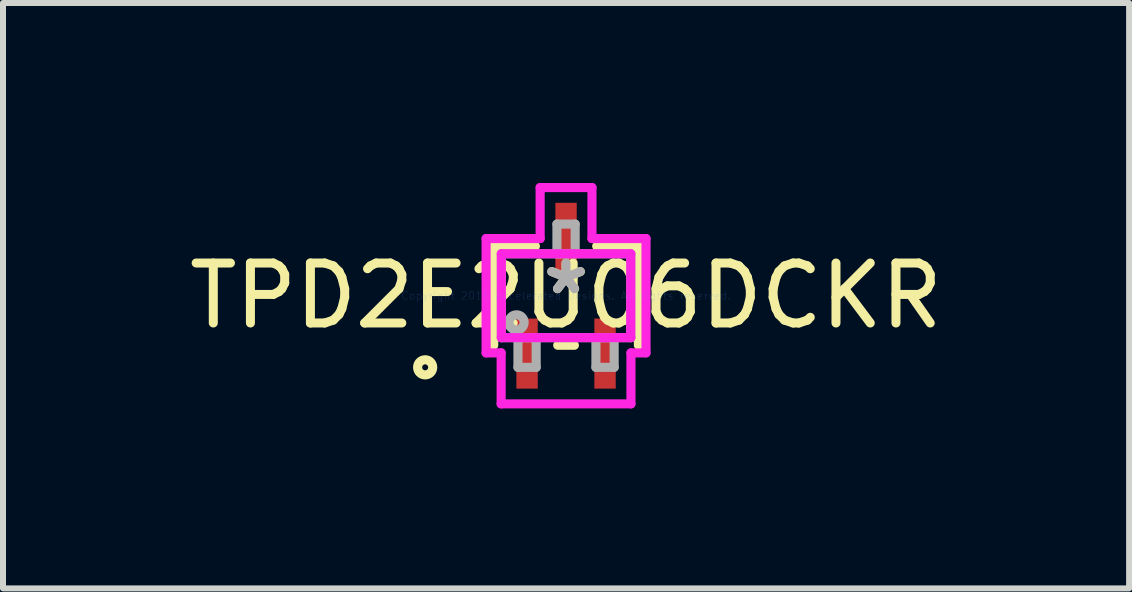
<source format=kicad_pcb>
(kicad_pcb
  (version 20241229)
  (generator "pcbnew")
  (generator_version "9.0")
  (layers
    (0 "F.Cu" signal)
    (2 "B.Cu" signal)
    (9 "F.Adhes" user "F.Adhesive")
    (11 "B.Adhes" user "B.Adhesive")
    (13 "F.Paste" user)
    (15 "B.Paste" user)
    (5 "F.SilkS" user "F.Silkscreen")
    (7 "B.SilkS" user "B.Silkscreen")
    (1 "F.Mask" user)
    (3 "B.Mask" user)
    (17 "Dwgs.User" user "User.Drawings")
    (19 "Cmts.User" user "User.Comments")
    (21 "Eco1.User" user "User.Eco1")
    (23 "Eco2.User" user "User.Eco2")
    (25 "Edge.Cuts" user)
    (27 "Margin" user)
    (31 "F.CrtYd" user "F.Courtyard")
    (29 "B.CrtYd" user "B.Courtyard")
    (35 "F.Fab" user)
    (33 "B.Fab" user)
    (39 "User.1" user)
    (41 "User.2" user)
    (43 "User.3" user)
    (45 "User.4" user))
  (footprint "TPD2E2U06DCKR"
    (layer "F.Cu")
    (at 6.387 1.88)
    (property "Reference" "TPD2E2U06DCKR" (at 0 0 0) (layer "F.SilkS") (effects (font (size 1 1) (thickness 0.15))))
    (attr through_hole)
    (fp_line (start -1.206 -0.826) (end -1.206 0.826) (stroke (width 0.152) (type solid)) (layer "F.SilkS"))
    (fp_line (start -0.511 -0.826) (end -1.206 -0.826) (stroke (width 0.152) (type solid)) (layer "F.SilkS"))
    (fp_line (start -0.139 0.826) (end 0.139 0.826) (stroke (width 0.152) (type solid)) (layer "F.SilkS"))
    (fp_line (start 1.206 -0.826) (end 0.511 -0.826) (stroke (width 0.152) (type solid)) (layer "F.SilkS"))
    (fp_line (start 1.206 0.826) (end 1.206 -0.826) (stroke (width 0.152) (type solid)) (layer "F.SilkS"))
    (fp_circle (center -2.349 1.194) (end -2.223 1.194) (stroke (width 0.152) (type solid)) (fill no) (layer "F.SilkS"))
    (fp_line (start -1.333 -0.953) (end -0.432 -0.953) (stroke (width 0.152) (type solid)) (layer "F.CrtYd"))
    (fp_line (start -1.333 0.953) (end -1.333 -0.953) (stroke (width 0.152) (type solid)) (layer "F.CrtYd"))
    (fp_line (start -1.082 0.953) (end -1.333 0.953) (stroke (width 0.152) (type solid)) (layer "F.CrtYd"))
    (fp_line (start -1.082 1.803) (end -1.082 0.953) (stroke (width 0.152) (type solid)) (layer "F.CrtYd"))
    (fp_line (start -1.079 -0.699) (end 1.079 -0.699) (stroke (width 0.152) (type solid)) (layer "F.CrtYd"))
    (fp_line (start -1.079 0.699) (end -1.079 -0.699) (stroke (width 0.152) (type solid)) (layer "F.CrtYd"))
    (fp_line (start -0.432 -1.803) (end 0.432 -1.803) (stroke (width 0.152) (type solid)) (layer "F.CrtYd"))
    (fp_line (start -0.432 -0.953) (end -0.432 -1.803) (stroke (width 0.152) (type solid)) (layer "F.CrtYd"))
    (fp_line (start 0.432 -1.803) (end 0.432 -0.953) (stroke (width 0.152) (type solid)) (layer "F.CrtYd"))
    (fp_line (start 0.432 -0.953) (end 1.333 -0.953) (stroke (width 0.152) (type solid)) (layer "F.CrtYd"))
    (fp_line (start 1.079 -0.699) (end 1.079 0.699) (stroke (width 0.152) (type solid)) (layer "F.CrtYd"))
    (fp_line (start 1.079 0.699) (end -1.079 0.699) (stroke (width 0.152) (type solid)) (layer "F.CrtYd"))
    (fp_line (start 1.082 0.953) (end 1.082 1.803) (stroke (width 0.152) (type solid)) (layer "F.CrtYd"))
    (fp_line (start 1.082 1.803) (end -1.082 1.803) (stroke (width 0.152) (type solid)) (layer "F.CrtYd"))
    (fp_line (start 1.333 -0.953) (end 1.333 0.953) (stroke (width 0.152) (type solid)) (layer "F.CrtYd"))
    (fp_line (start 1.333 0.953) (end 1.082 0.953) (stroke (width 0.152) (type solid)) (layer "F.CrtYd"))
    (fp_line (start -1.079 -0.699) (end -1.079 0.699) (stroke (width 0.152) (type solid)) (layer "F.Fab"))
    (fp_line (start -1.079 0.699) (end 1.079 0.699) (stroke (width 0.152) (type solid)) (layer "F.Fab"))
    (fp_line (start -0.802 0.699) (end -0.802 1.194) (stroke (width 0.152) (type solid)) (layer "F.Fab"))
    (fp_line (start -0.802 1.194) (end -0.498 1.194) (stroke (width 0.152) (type solid)) (layer "F.Fab"))
    (fp_line (start -0.498 0.699) (end -0.802 0.699) (stroke (width 0.152) (type solid)) (layer "F.Fab"))
    (fp_line (start -0.498 1.194) (end -0.498 0.699) (stroke (width 0.152) (type solid)) (layer "F.Fab"))
    (fp_line (start -0.152 -1.194) (end -0.152 -0.699) (stroke (width 0.152) (type solid)) (layer "F.Fab"))
    (fp_line (start -0.152 -0.699) (end 0.152 -0.699) (stroke (width 0.152) (type solid)) (layer "F.Fab"))
    (fp_line (start 0.152 -1.194) (end -0.152 -1.194) (stroke (width 0.152) (type solid)) (layer "F.Fab"))
    (fp_line (start 0.152 -0.699) (end 0.152 -1.194) (stroke (width 0.152) (type solid)) (layer "F.Fab"))
    (fp_line (start 0.498 0.699) (end 0.498 1.194) (stroke (width 0.152) (type solid)) (layer "F.Fab"))
    (fp_line (start 0.498 1.194) (end 0.802 1.194) (stroke (width 0.152) (type solid)) (layer "F.Fab"))
    (fp_line (start 0.802 0.699) (end 0.498 0.699) (stroke (width 0.152) (type solid)) (layer "F.Fab"))
    (fp_line (start 0.802 1.194) (end 0.802 0.699) (stroke (width 0.152) (type solid)) (layer "F.Fab"))
    (fp_line (start 1.079 -0.699) (end -1.079 -0.699) (stroke (width 0.152) (type solid)) (layer "F.Fab"))
    (fp_line (start 1.079 0.699) (end 1.079 -0.699) (stroke (width 0.152) (type solid)) (layer "F.Fab"))
    (fp_circle (center -0.826 0.445) (end -0.699 0.445) (stroke (width 0.152) (type solid)) (fill no) (layer "F.Fab"))
    (fp_text user "*" (at 0 0 0) (layer "F.SilkS") (effects (font (size 1 1) (thickness 0.15))))
    (fp_text user "Copyright 2016 Accelerated Designs. All rights reserved." (at 0 0 0) (layer "Cmts.User") (effects (font (size 0.127 0.127) (thickness 0.002))))
    (fp_text user "*" (at 0 0 0) (layer "F.Fab") (effects (font (size 1 1) (thickness 0.15))))
    (pad "1" smd rect (at -0.65 0.965) (size 0.356 1.168) (layers "F.Cu" "F.Mask" "F.Paste"))
    (pad "2" smd rect (at 0.65 0.965) (size 0.356 1.168) (layers "F.Cu" "F.Mask" "F.Paste"))
    (pad "3" smd rect (at 0 -0.965) (size 0.356 1.168) (layers "F.Cu" "F.Mask" "F.Paste")))
  (gr_rect
    (start -3 -3)
    (end 15.774 6.759)
    (stroke (width 0.1) (type default))
    (fill no)
    (layer "Edge.Cuts")))
</source>
